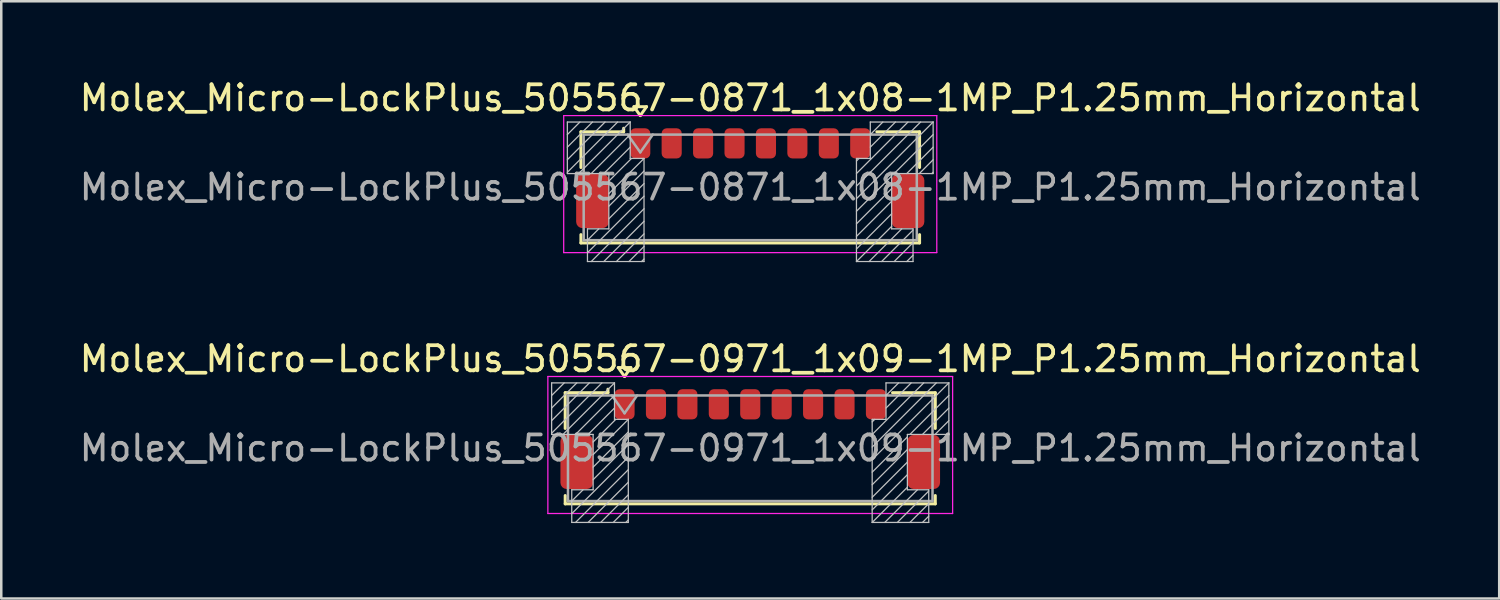
<source format=kicad_pcb>
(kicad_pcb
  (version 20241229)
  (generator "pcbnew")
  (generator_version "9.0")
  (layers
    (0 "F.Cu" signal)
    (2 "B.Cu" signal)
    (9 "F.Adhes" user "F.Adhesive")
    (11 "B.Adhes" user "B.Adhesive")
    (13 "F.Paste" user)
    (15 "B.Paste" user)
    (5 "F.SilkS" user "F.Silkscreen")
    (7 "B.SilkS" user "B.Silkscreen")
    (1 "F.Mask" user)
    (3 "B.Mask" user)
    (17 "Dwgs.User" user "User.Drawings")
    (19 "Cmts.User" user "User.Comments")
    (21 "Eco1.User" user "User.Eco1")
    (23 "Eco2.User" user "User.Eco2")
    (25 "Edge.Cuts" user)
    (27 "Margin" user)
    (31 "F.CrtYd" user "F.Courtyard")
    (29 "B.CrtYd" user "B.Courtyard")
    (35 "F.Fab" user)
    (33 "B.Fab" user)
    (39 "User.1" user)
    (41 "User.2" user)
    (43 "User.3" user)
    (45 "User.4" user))
  (footprint "Molex_Micro-LockPlus_505567-0871_1x08-1MP_P1.25mm_Horizontal"
    (layer "F.Cu")
    (at 26.792 4.038)
    (property "Reference" "Molex_Micro-LockPlus_505567-0871_1x08-1MP_P1.25mm_Horizontal" (at 0 -3.19 0) (layer "F.SilkS") (effects (font (size 1 1) (thickness 0.15))))
    (attr smd)
    (fp_line (start -6.735 -1.845) (end -5.035 -1.845) (stroke (width 0.12) (type solid)) (layer "F.SilkS"))
    (fp_line (start -6.735 -0.425) (end -6.735 -1.845) (stroke (width 0.12) (type solid)) (layer "F.SilkS"))
    (fp_line (start -6.735 2.245) (end -6.735 2.575) (stroke (width 0.12) (type solid)) (layer "F.SilkS"))
    (fp_line (start -6.735 2.575) (end 6.735 2.575) (stroke (width 0.12) (type solid)) (layer "F.SilkS"))
    (fp_line (start -5.035 -1.845) (end -5.035 -1.985) (stroke (width 0.12) (type solid)) (layer "F.SilkS"))
    (fp_line (start -4.625 -2.844) (end -4.375 -2.49) (stroke (width 0.12) (type solid)) (layer "F.SilkS"))
    (fp_line (start -4.375 -2.49) (end -4.125 -2.844) (stroke (width 0.12) (type solid)) (layer "F.SilkS"))
    (fp_line (start -4.125 -2.844) (end -4.625 -2.844) (stroke (width 0.12) (type solid)) (layer "F.SilkS"))
    (fp_line (start 6.735 -1.845) (end 5.035 -1.845) (stroke (width 0.12) (type solid)) (layer "F.SilkS"))
    (fp_line (start 6.735 -0.425) (end 6.735 -1.845) (stroke (width 0.12) (type solid)) (layer "F.SilkS"))
    (fp_line (start 6.735 2.575) (end 6.735 2.245) (stroke (width 0.12) (type solid)) (layer "F.SilkS"))
    (fp_line (start -7.275 -2.235) (end -4.775 -2.235) (stroke (width 0.05) (type solid)) (layer "Dwgs.User"))
    (fp_line (start -7.275 -0.185) (end -7.275 -2.235) (stroke (width 0.05) (type solid)) (layer "Dwgs.User"))
    (fp_line (start -6.775 -2.235) (end -7.275 -1.735) (stroke (width 0.05) (type solid)) (layer "Dwgs.User"))
    (fp_line (start -6.475 2.015) (end -5.625 2.015) (stroke (width 0.05) (type solid)) (layer "Dwgs.User"))
    (fp_line (start -6.475 3.315) (end -6.475 2.015) (stroke (width 0.05) (type solid)) (layer "Dwgs.User"))
    (fp_line (start -6.275 -2.235) (end -7.275 -1.235) (stroke (width 0.05) (type solid)) (layer "Dwgs.User"))
    (fp_line (start -6.025 2.015) (end -6.475 2.465) (stroke (width 0.05) (type solid)) (layer "Dwgs.User"))
    (fp_line (start -5.775 -2.235) (end -7.275 -0.735) (stroke (width 0.05) (type solid)) (layer "Dwgs.User"))
    (fp_line (start -5.625 -0.185) (end -7.275 -0.185) (stroke (width 0.05) (type solid)) (layer "Dwgs.User"))
    (fp_line (start -5.625 2.015) (end -5.625 -0.185) (stroke (width 0.05) (type solid)) (layer "Dwgs.User"))
    (fp_line (start -5.275 -2.235) (end -7.275 -0.235) (stroke (width 0.05) (type solid)) (layer "Dwgs.User"))
    (fp_line (start -4.775 -2.235) (end -6.825 -0.185) (stroke (width 0.05) (type solid)) (layer "Dwgs.User"))
    (fp_line (start -4.775 -2.235) (end -4.775 -0.785) (stroke (width 0.05) (type solid)) (layer "Dwgs.User"))
    (fp_line (start -4.775 -1.735) (end -6.325 -0.185) (stroke (width 0.05) (type solid)) (layer "Dwgs.User"))
    (fp_line (start -4.775 -1.235) (end -5.825 -0.185) (stroke (width 0.05) (type solid)) (layer "Dwgs.User"))
    (fp_line (start -4.775 -0.785) (end -4.225 -0.785) (stroke (width 0.05) (type solid)) (layer "Dwgs.User"))
    (fp_line (start -4.725 -0.785) (end -5.625 0.115) (stroke (width 0.05) (type solid)) (layer "Dwgs.User"))
    (fp_line (start -4.225 -0.785) (end -5.625 0.615) (stroke (width 0.05) (type solid)) (layer "Dwgs.User"))
    (fp_line (start -4.225 -0.785) (end -4.225 3.315) (stroke (width 0.05) (type solid)) (layer "Dwgs.User"))
    (fp_line (start -4.225 -0.285) (end -5.625 1.115) (stroke (width 0.05) (type solid)) (layer "Dwgs.User"))
    (fp_line (start -4.225 0.215) (end -5.625 1.615) (stroke (width 0.05) (type solid)) (layer "Dwgs.User"))
    (fp_line (start -4.225 0.715) (end -6.475 2.965) (stroke (width 0.05) (type solid)) (layer "Dwgs.User"))
    (fp_line (start -4.225 1.215) (end -6.325 3.315) (stroke (width 0.05) (type solid)) (layer "Dwgs.User"))
    (fp_line (start -4.225 1.715) (end -5.825 3.315) (stroke (width 0.05) (type solid)) (layer "Dwgs.User"))
    (fp_line (start -4.225 2.215) (end -5.325 3.315) (stroke (width 0.05) (type solid)) (layer "Dwgs.User"))
    (fp_line (start -4.225 2.715) (end -4.825 3.315) (stroke (width 0.05) (type solid)) (layer "Dwgs.User"))
    (fp_line (start -4.225 3.215) (end -4.325 3.315) (stroke (width 0.05) (type solid)) (layer "Dwgs.User"))
    (fp_line (start -4.225 3.315) (end -6.475 3.315) (stroke (width 0.05) (type solid)) (layer "Dwgs.User"))
    (fp_line (start 4.225 -0.785) (end 4.225 3.315) (stroke (width 0.05) (type solid)) (layer "Dwgs.User"))
    (fp_line (start 4.225 3.315) (end 6.475 3.315) (stroke (width 0.05) (type solid)) (layer "Dwgs.User"))
    (fp_line (start 4.325 -0.785) (end 4.225 -0.685) (stroke (width 0.05) (type solid)) (layer "Dwgs.User"))
    (fp_line (start 4.775 -2.235) (end 4.775 -0.785) (stroke (width 0.05) (type solid)) (layer "Dwgs.User"))
    (fp_line (start 4.775 -0.785) (end 4.225 -0.785) (stroke (width 0.05) (type solid)) (layer "Dwgs.User"))
    (fp_line (start 5.275 -2.235) (end 4.775 -1.735) (stroke (width 0.05) (type solid)) (layer "Dwgs.User"))
    (fp_line (start 5.625 -0.185) (end 7.275 -0.185) (stroke (width 0.05) (type solid)) (layer "Dwgs.User"))
    (fp_line (start 5.625 -0.085) (end 4.225 1.315) (stroke (width 0.05) (type solid)) (layer "Dwgs.User"))
    (fp_line (start 5.625 0.415) (end 4.225 1.815) (stroke (width 0.05) (type solid)) (layer "Dwgs.User"))
    (fp_line (start 5.625 0.915) (end 4.225 2.315) (stroke (width 0.05) (type solid)) (layer "Dwgs.User"))
    (fp_line (start 5.625 1.415) (end 4.225 2.815) (stroke (width 0.05) (type solid)) (layer "Dwgs.User"))
    (fp_line (start 5.625 1.915) (end 4.225 3.315) (stroke (width 0.05) (type solid)) (layer "Dwgs.User"))
    (fp_line (start 5.625 2.015) (end 5.625 -0.185) (stroke (width 0.05) (type solid)) (layer "Dwgs.User"))
    (fp_line (start 5.775 -2.235) (end 4.775 -1.235) (stroke (width 0.05) (type solid)) (layer "Dwgs.User"))
    (fp_line (start 6.025 2.015) (end 4.725 3.315) (stroke (width 0.05) (type solid)) (layer "Dwgs.User"))
    (fp_line (start 6.275 -2.235) (end 4.225 -0.185) (stroke (width 0.05) (type solid)) (layer "Dwgs.User"))
    (fp_line (start 6.475 2.015) (end 5.625 2.015) (stroke (width 0.05) (type solid)) (layer "Dwgs.User"))
    (fp_line (start 6.475 2.065) (end 5.225 3.315) (stroke (width 0.05) (type solid)) (layer "Dwgs.User"))
    (fp_line (start 6.475 2.565) (end 5.725 3.315) (stroke (width 0.05) (type solid)) (layer "Dwgs.User"))
    (fp_line (start 6.475 3.065) (end 6.225 3.315) (stroke (width 0.05) (type solid)) (layer "Dwgs.User"))
    (fp_line (start 6.475 3.315) (end 6.475 2.015) (stroke (width 0.05) (type solid)) (layer "Dwgs.User"))
    (fp_line (start 6.775 -2.235) (end 4.225 0.315) (stroke (width 0.05) (type solid)) (layer "Dwgs.User"))
    (fp_line (start 7.275 -2.235) (end 4.225 0.815) (stroke (width 0.05) (type solid)) (layer "Dwgs.User"))
    (fp_line (start 7.275 -2.235) (end 4.775 -2.235) (stroke (width 0.05) (type solid)) (layer "Dwgs.User"))
    (fp_line (start 7.275 -1.735) (end 5.725 -0.185) (stroke (width 0.05) (type solid)) (layer "Dwgs.User"))
    (fp_line (start 7.275 -1.235) (end 6.225 -0.185) (stroke (width 0.05) (type solid)) (layer "Dwgs.User"))
    (fp_line (start 7.275 -0.735) (end 6.725 -0.185) (stroke (width 0.05) (type solid)) (layer "Dwgs.User"))
    (fp_line (start 7.275 -0.235) (end 7.225 -0.185) (stroke (width 0.05) (type solid)) (layer "Dwgs.User"))
    (fp_line (start 7.275 -0.185) (end 7.275 -2.235) (stroke (width 0.05) (type solid)) (layer "Dwgs.User"))
    (fp_line (start -7.42 -2.49) (end -7.42 2.96) (stroke (width 0.05) (type solid)) (layer "F.CrtYd"))
    (fp_line (start -7.42 2.96) (end 7.42 2.96) (stroke (width 0.05) (type solid)) (layer "F.CrtYd"))
    (fp_line (start 7.42 -2.49) (end -7.42 -2.49) (stroke (width 0.05) (type solid)) (layer "F.CrtYd"))
    (fp_line (start 7.42 2.96) (end 7.42 -2.49) (stroke (width 0.05) (type solid)) (layer "F.CrtYd"))
    (fp_line (start -6.625 -1.735) (end -6.625 2.465) (stroke (width 0.1) (type solid)) (layer "F.Fab"))
    (fp_line (start -6.625 -1.735) (end 6.625 -1.735) (stroke (width 0.1) (type solid)) (layer "F.Fab"))
    (fp_line (start -6.625 2.465) (end 6.625 2.465) (stroke (width 0.1) (type solid)) (layer "F.Fab"))
    (fp_line (start -4.875 -1.735) (end -4.375 -1.028) (stroke (width 0.1) (type solid)) (layer "F.Fab"))
    (fp_line (start -4.375 -1.028) (end -3.875 -1.735) (stroke (width 0.1) (type solid)) (layer "F.Fab"))
    (fp_line (start 6.625 -1.735) (end 6.625 2.465) (stroke (width 0.1) (type solid)) (layer "F.Fab"))
    (fp_text user "${REFERENCE}" (at 0 0.36 0) (layer "F.Fab") (effects (font (size 1 1) (thickness 0.15))))
    (pad "1" smd roundrect (at -4.375 -1.385) (size 0.8 1.2) (layers "F.Cu" "F.Mask" "F.Paste") (roundrect_rratio 0.25))
    (pad "2" smd roundrect (at -3.125 -1.385) (size 0.8 1.2) (layers "F.Cu" "F.Mask" "F.Paste") (roundrect_rratio 0.25))
    (pad "3" smd roundrect (at -1.875 -1.385) (size 0.8 1.2) (layers "F.Cu" "F.Mask" "F.Paste") (roundrect_rratio 0.25))
    (pad "4" smd roundrect (at -0.625 -1.385) (size 0.8 1.2) (layers "F.Cu" "F.Mask" "F.Paste") (roundrect_rratio 0.25))
    (pad "5" smd roundrect (at 0.625 -1.385) (size 0.8 1.2) (layers "F.Cu" "F.Mask" "F.Paste") (roundrect_rratio 0.25))
    (pad "6" smd roundrect (at 1.875 -1.385) (size 0.8 1.2) (layers "F.Cu" "F.Mask" "F.Paste") (roundrect_rratio 0.25))
    (pad "7" smd roundrect (at 3.125 -1.385) (size 0.8 1.2) (layers "F.Cu" "F.Mask" "F.Paste") (roundrect_rratio 0.25))
    (pad "8" smd roundrect (at 4.375 -1.385) (size 0.8 1.2) (layers "F.Cu" "F.Mask" "F.Paste") (roundrect_rratio 0.25))
    (pad "MP" smd roundrect (at -6.275 0.91) (size 1.3 2.15) (layers "F.Cu" "F.Mask" "F.Paste") (roundrect_rratio 0.192))
    (pad "MP" smd roundrect (at 6.275 0.91) (size 1.3 2.15) (layers "F.Cu" "F.Mask" "F.Paste") (roundrect_rratio 0.192)))
  (footprint "Molex_Micro-LockPlus_505567-0971_1x09-1MP_P1.25mm_Horizontal"
    (layer "F.Cu")
    (at 26.792 14.416)
    (property "Reference" "Molex_Micro-LockPlus_505567-0971_1x09-1MP_P1.25mm_Horizontal" (at 0 -3.19 0) (layer "F.SilkS") (effects (font (size 1 1) (thickness 0.15))))
    (attr smd)
    (fp_line (start -7.36 -1.845) (end -5.66 -1.845) (stroke (width 0.12) (type solid)) (layer "F.SilkS"))
    (fp_line (start -7.36 -0.425) (end -7.36 -1.845) (stroke (width 0.12) (type solid)) (layer "F.SilkS"))
    (fp_line (start -7.36 2.245) (end -7.36 2.575) (stroke (width 0.12) (type solid)) (layer "F.SilkS"))
    (fp_line (start -7.36 2.575) (end 7.36 2.575) (stroke (width 0.12) (type solid)) (layer "F.SilkS"))
    (fp_line (start -5.66 -1.845) (end -5.66 -1.985) (stroke (width 0.12) (type solid)) (layer "F.SilkS"))
    (fp_line (start -5.25 -2.844) (end -5 -2.49) (stroke (width 0.12) (type solid)) (layer "F.SilkS"))
    (fp_line (start -5 -2.49) (end -4.75 -2.844) (stroke (width 0.12) (type solid)) (layer "F.SilkS"))
    (fp_line (start -4.75 -2.844) (end -5.25 -2.844) (stroke (width 0.12) (type solid)) (layer "F.SilkS"))
    (fp_line (start 7.36 -1.845) (end 5.66 -1.845) (stroke (width 0.12) (type solid)) (layer "F.SilkS"))
    (fp_line (start 7.36 -0.425) (end 7.36 -1.845) (stroke (width 0.12) (type solid)) (layer "F.SilkS"))
    (fp_line (start 7.36 2.575) (end 7.36 2.245) (stroke (width 0.12) (type solid)) (layer "F.SilkS"))
    (fp_line (start -7.9 -2.235) (end -5.4 -2.235) (stroke (width 0.05) (type solid)) (layer "Dwgs.User"))
    (fp_line (start -7.9 -0.185) (end -7.9 -2.235) (stroke (width 0.05) (type solid)) (layer "Dwgs.User"))
    (fp_line (start -7.4 -2.235) (end -7.9 -1.735) (stroke (width 0.05) (type solid)) (layer "Dwgs.User"))
    (fp_line (start -7.1 2.015) (end -6.25 2.015) (stroke (width 0.05) (type solid)) (layer "Dwgs.User"))
    (fp_line (start -7.1 3.315) (end -7.1 2.015) (stroke (width 0.05) (type solid)) (layer "Dwgs.User"))
    (fp_line (start -6.9 -2.235) (end -7.9 -1.235) (stroke (width 0.05) (type solid)) (layer "Dwgs.User"))
    (fp_line (start -6.65 2.015) (end -7.1 2.465) (stroke (width 0.05) (type solid)) (layer "Dwgs.User"))
    (fp_line (start -6.4 -2.235) (end -7.9 -0.735) (stroke (width 0.05) (type solid)) (layer "Dwgs.User"))
    (fp_line (start -6.25 -0.185) (end -7.9 -0.185) (stroke (width 0.05) (type solid)) (layer "Dwgs.User"))
    (fp_line (start -6.25 2.015) (end -6.25 -0.185) (stroke (width 0.05) (type solid)) (layer "Dwgs.User"))
    (fp_line (start -5.9 -2.235) (end -7.9 -0.235) (stroke (width 0.05) (type solid)) (layer "Dwgs.User"))
    (fp_line (start -5.4 -2.235) (end -7.45 -0.185) (stroke (width 0.05) (type solid)) (layer "Dwgs.User"))
    (fp_line (start -5.4 -2.235) (end -5.4 -0.785) (stroke (width 0.05) (type solid)) (layer "Dwgs.User"))
    (fp_line (start -5.4 -1.735) (end -6.95 -0.185) (stroke (width 0.05) (type solid)) (layer "Dwgs.User"))
    (fp_line (start -5.4 -1.235) (end -6.45 -0.185) (stroke (width 0.05) (type solid)) (layer "Dwgs.User"))
    (fp_line (start -5.4 -0.785) (end -4.85 -0.785) (stroke (width 0.05) (type solid)) (layer "Dwgs.User"))
    (fp_line (start -5.35 -0.785) (end -6.25 0.115) (stroke (width 0.05) (type solid)) (layer "Dwgs.User"))
    (fp_line (start -4.85 -0.785) (end -6.25 0.615) (stroke (width 0.05) (type solid)) (layer "Dwgs.User"))
    (fp_line (start -4.85 -0.785) (end -4.85 3.315) (stroke (width 0.05) (type solid)) (layer "Dwgs.User"))
    (fp_line (start -4.85 -0.285) (end -6.25 1.115) (stroke (width 0.05) (type solid)) (layer "Dwgs.User"))
    (fp_line (start -4.85 0.215) (end -6.25 1.615) (stroke (width 0.05) (type solid)) (layer "Dwgs.User"))
    (fp_line (start -4.85 0.715) (end -7.1 2.965) (stroke (width 0.05) (type solid)) (layer "Dwgs.User"))
    (fp_line (start -4.85 1.215) (end -6.95 3.315) (stroke (width 0.05) (type solid)) (layer "Dwgs.User"))
    (fp_line (start -4.85 1.715) (end -6.45 3.315) (stroke (width 0.05) (type solid)) (layer "Dwgs.User"))
    (fp_line (start -4.85 2.215) (end -5.95 3.315) (stroke (width 0.05) (type solid)) (layer "Dwgs.User"))
    (fp_line (start -4.85 2.715) (end -5.45 3.315) (stroke (width 0.05) (type solid)) (layer "Dwgs.User"))
    (fp_line (start -4.85 3.215) (end -4.95 3.315) (stroke (width 0.05) (type solid)) (layer "Dwgs.User"))
    (fp_line (start -4.85 3.315) (end -7.1 3.315) (stroke (width 0.05) (type solid)) (layer "Dwgs.User"))
    (fp_line (start 4.85 -0.785) (end 4.85 3.315) (stroke (width 0.05) (type solid)) (layer "Dwgs.User"))
    (fp_line (start 4.85 3.315) (end 7.1 3.315) (stroke (width 0.05) (type solid)) (layer "Dwgs.User"))
    (fp_line (start 4.95 -0.785) (end 4.85 -0.685) (stroke (width 0.05) (type solid)) (layer "Dwgs.User"))
    (fp_line (start 5.4 -2.235) (end 5.4 -0.785) (stroke (width 0.05) (type solid)) (layer "Dwgs.User"))
    (fp_line (start 5.4 -0.785) (end 4.85 -0.785) (stroke (width 0.05) (type solid)) (layer "Dwgs.User"))
    (fp_line (start 5.9 -2.235) (end 5.4 -1.735) (stroke (width 0.05) (type solid)) (layer "Dwgs.User"))
    (fp_line (start 6.25 -0.185) (end 7.9 -0.185) (stroke (width 0.05) (type solid)) (layer "Dwgs.User"))
    (fp_line (start 6.25 -0.085) (end 4.85 1.315) (stroke (width 0.05) (type solid)) (layer "Dwgs.User"))
    (fp_line (start 6.25 0.415) (end 4.85 1.815) (stroke (width 0.05) (type solid)) (layer "Dwgs.User"))
    (fp_line (start 6.25 0.915) (end 4.85 2.315) (stroke (width 0.05) (type solid)) (layer "Dwgs.User"))
    (fp_line (start 6.25 1.415) (end 4.85 2.815) (stroke (width 0.05) (type solid)) (layer "Dwgs.User"))
    (fp_line (start 6.25 1.915) (end 4.85 3.315) (stroke (width 0.05) (type solid)) (layer "Dwgs.User"))
    (fp_line (start 6.25 2.015) (end 6.25 -0.185) (stroke (width 0.05) (type solid)) (layer "Dwgs.User"))
    (fp_line (start 6.4 -2.235) (end 5.4 -1.235) (stroke (width 0.05) (type solid)) (layer "Dwgs.User"))
    (fp_line (start 6.65 2.015) (end 5.35 3.315) (stroke (width 0.05) (type solid)) (layer "Dwgs.User"))
    (fp_line (start 6.9 -2.235) (end 4.85 -0.185) (stroke (width 0.05) (type solid)) (layer "Dwgs.User"))
    (fp_line (start 7.1 2.015) (end 6.25 2.015) (stroke (width 0.05) (type solid)) (layer "Dwgs.User"))
    (fp_line (start 7.1 2.065) (end 5.85 3.315) (stroke (width 0.05) (type solid)) (layer "Dwgs.User"))
    (fp_line (start 7.1 2.565) (end 6.35 3.315) (stroke (width 0.05) (type solid)) (layer "Dwgs.User"))
    (fp_line (start 7.1 3.065) (end 6.85 3.315) (stroke (width 0.05) (type solid)) (layer "Dwgs.User"))
    (fp_line (start 7.1 3.315) (end 7.1 2.015) (stroke (width 0.05) (type solid)) (layer "Dwgs.User"))
    (fp_line (start 7.4 -2.235) (end 4.85 0.315) (stroke (width 0.05) (type solid)) (layer "Dwgs.User"))
    (fp_line (start 7.9 -2.235) (end 4.85 0.815) (stroke (width 0.05) (type solid)) (layer "Dwgs.User"))
    (fp_line (start 7.9 -2.235) (end 5.4 -2.235) (stroke (width 0.05) (type solid)) (layer "Dwgs.User"))
    (fp_line (start 7.9 -1.735) (end 6.35 -0.185) (stroke (width 0.05) (type solid)) (layer "Dwgs.User"))
    (fp_line (start 7.9 -1.235) (end 6.85 -0.185) (stroke (width 0.05) (type solid)) (layer "Dwgs.User"))
    (fp_line (start 7.9 -0.735) (end 7.35 -0.185) (stroke (width 0.05) (type solid)) (layer "Dwgs.User"))
    (fp_line (start 7.9 -0.235) (end 7.85 -0.185) (stroke (width 0.05) (type solid)) (layer "Dwgs.User"))
    (fp_line (start 7.9 -0.185) (end 7.9 -2.235) (stroke (width 0.05) (type solid)) (layer "Dwgs.User"))
    (fp_line (start -8.05 -2.49) (end -8.05 2.96) (stroke (width 0.05) (type solid)) (layer "F.CrtYd"))
    (fp_line (start -8.05 2.96) (end 8.05 2.96) (stroke (width 0.05) (type solid)) (layer "F.CrtYd"))
    (fp_line (start 8.05 -2.49) (end -8.05 -2.49) (stroke (width 0.05) (type solid)) (layer "F.CrtYd"))
    (fp_line (start 8.05 2.96) (end 8.05 -2.49) (stroke (width 0.05) (type solid)) (layer "F.CrtYd"))
    (fp_line (start -7.25 -1.735) (end -7.25 2.465) (stroke (width 0.1) (type solid)) (layer "F.Fab"))
    (fp_line (start -7.25 -1.735) (end 7.25 -1.735) (stroke (width 0.1) (type solid)) (layer "F.Fab"))
    (fp_line (start -7.25 2.465) (end 7.25 2.465) (stroke (width 0.1) (type solid)) (layer "F.Fab"))
    (fp_line (start -5.5 -1.735) (end -5 -1.028) (stroke (width 0.1) (type solid)) (layer "F.Fab"))
    (fp_line (start -5 -1.028) (end -4.5 -1.735) (stroke (width 0.1) (type solid)) (layer "F.Fab"))
    (fp_line (start 7.25 -1.735) (end 7.25 2.465) (stroke (width 0.1) (type solid)) (layer "F.Fab"))
    (fp_text user "${REFERENCE}" (at 0 0.36 0) (layer "F.Fab") (effects (font (size 1 1) (thickness 0.15))))
    (pad "1" smd roundrect (at -5 -1.385) (size 0.8 1.2) (layers "F.Cu" "F.Mask" "F.Paste") (roundrect_rratio 0.25))
    (pad "2" smd roundrect (at -3.75 -1.385) (size 0.8 1.2) (layers "F.Cu" "F.Mask" "F.Paste") (roundrect_rratio 0.25))
    (pad "3" smd roundrect (at -2.5 -1.385) (size 0.8 1.2) (layers "F.Cu" "F.Mask" "F.Paste") (roundrect_rratio 0.25))
    (pad "4" smd roundrect (at -1.25 -1.385) (size 0.8 1.2) (layers "F.Cu" "F.Mask" "F.Paste") (roundrect_rratio 0.25))
    (pad "5" smd roundrect (at 0 -1.385) (size 0.8 1.2) (layers "F.Cu" "F.Mask" "F.Paste") (roundrect_rratio 0.25))
    (pad "6" smd roundrect (at 1.25 -1.385) (size 0.8 1.2) (layers "F.Cu" "F.Mask" "F.Paste") (roundrect_rratio 0.25))
    (pad "7" smd roundrect (at 2.5 -1.385) (size 0.8 1.2) (layers "F.Cu" "F.Mask" "F.Paste") (roundrect_rratio 0.25))
    (pad "8" smd roundrect (at 3.75 -1.385) (size 0.8 1.2) (layers "F.Cu" "F.Mask" "F.Paste") (roundrect_rratio 0.25))
    (pad "9" smd roundrect (at 5 -1.385) (size 0.8 1.2) (layers "F.Cu" "F.Mask" "F.Paste") (roundrect_rratio 0.25))
    (pad "MP" smd roundrect (at -6.9 0.91) (size 1.3 2.15) (layers "F.Cu" "F.Mask" "F.Paste") (roundrect_rratio 0.192))
    (pad "MP" smd roundrect (at 6.9 0.91) (size 1.3 2.15) (layers "F.Cu" "F.Mask" "F.Paste") (roundrect_rratio 0.192)))
  (gr_rect
    (start -3 -3)
    (end 56.583 20.756)
    (stroke (width 0.1) (type default))
    (fill no)
    (layer "Edge.Cuts")))
</source>
